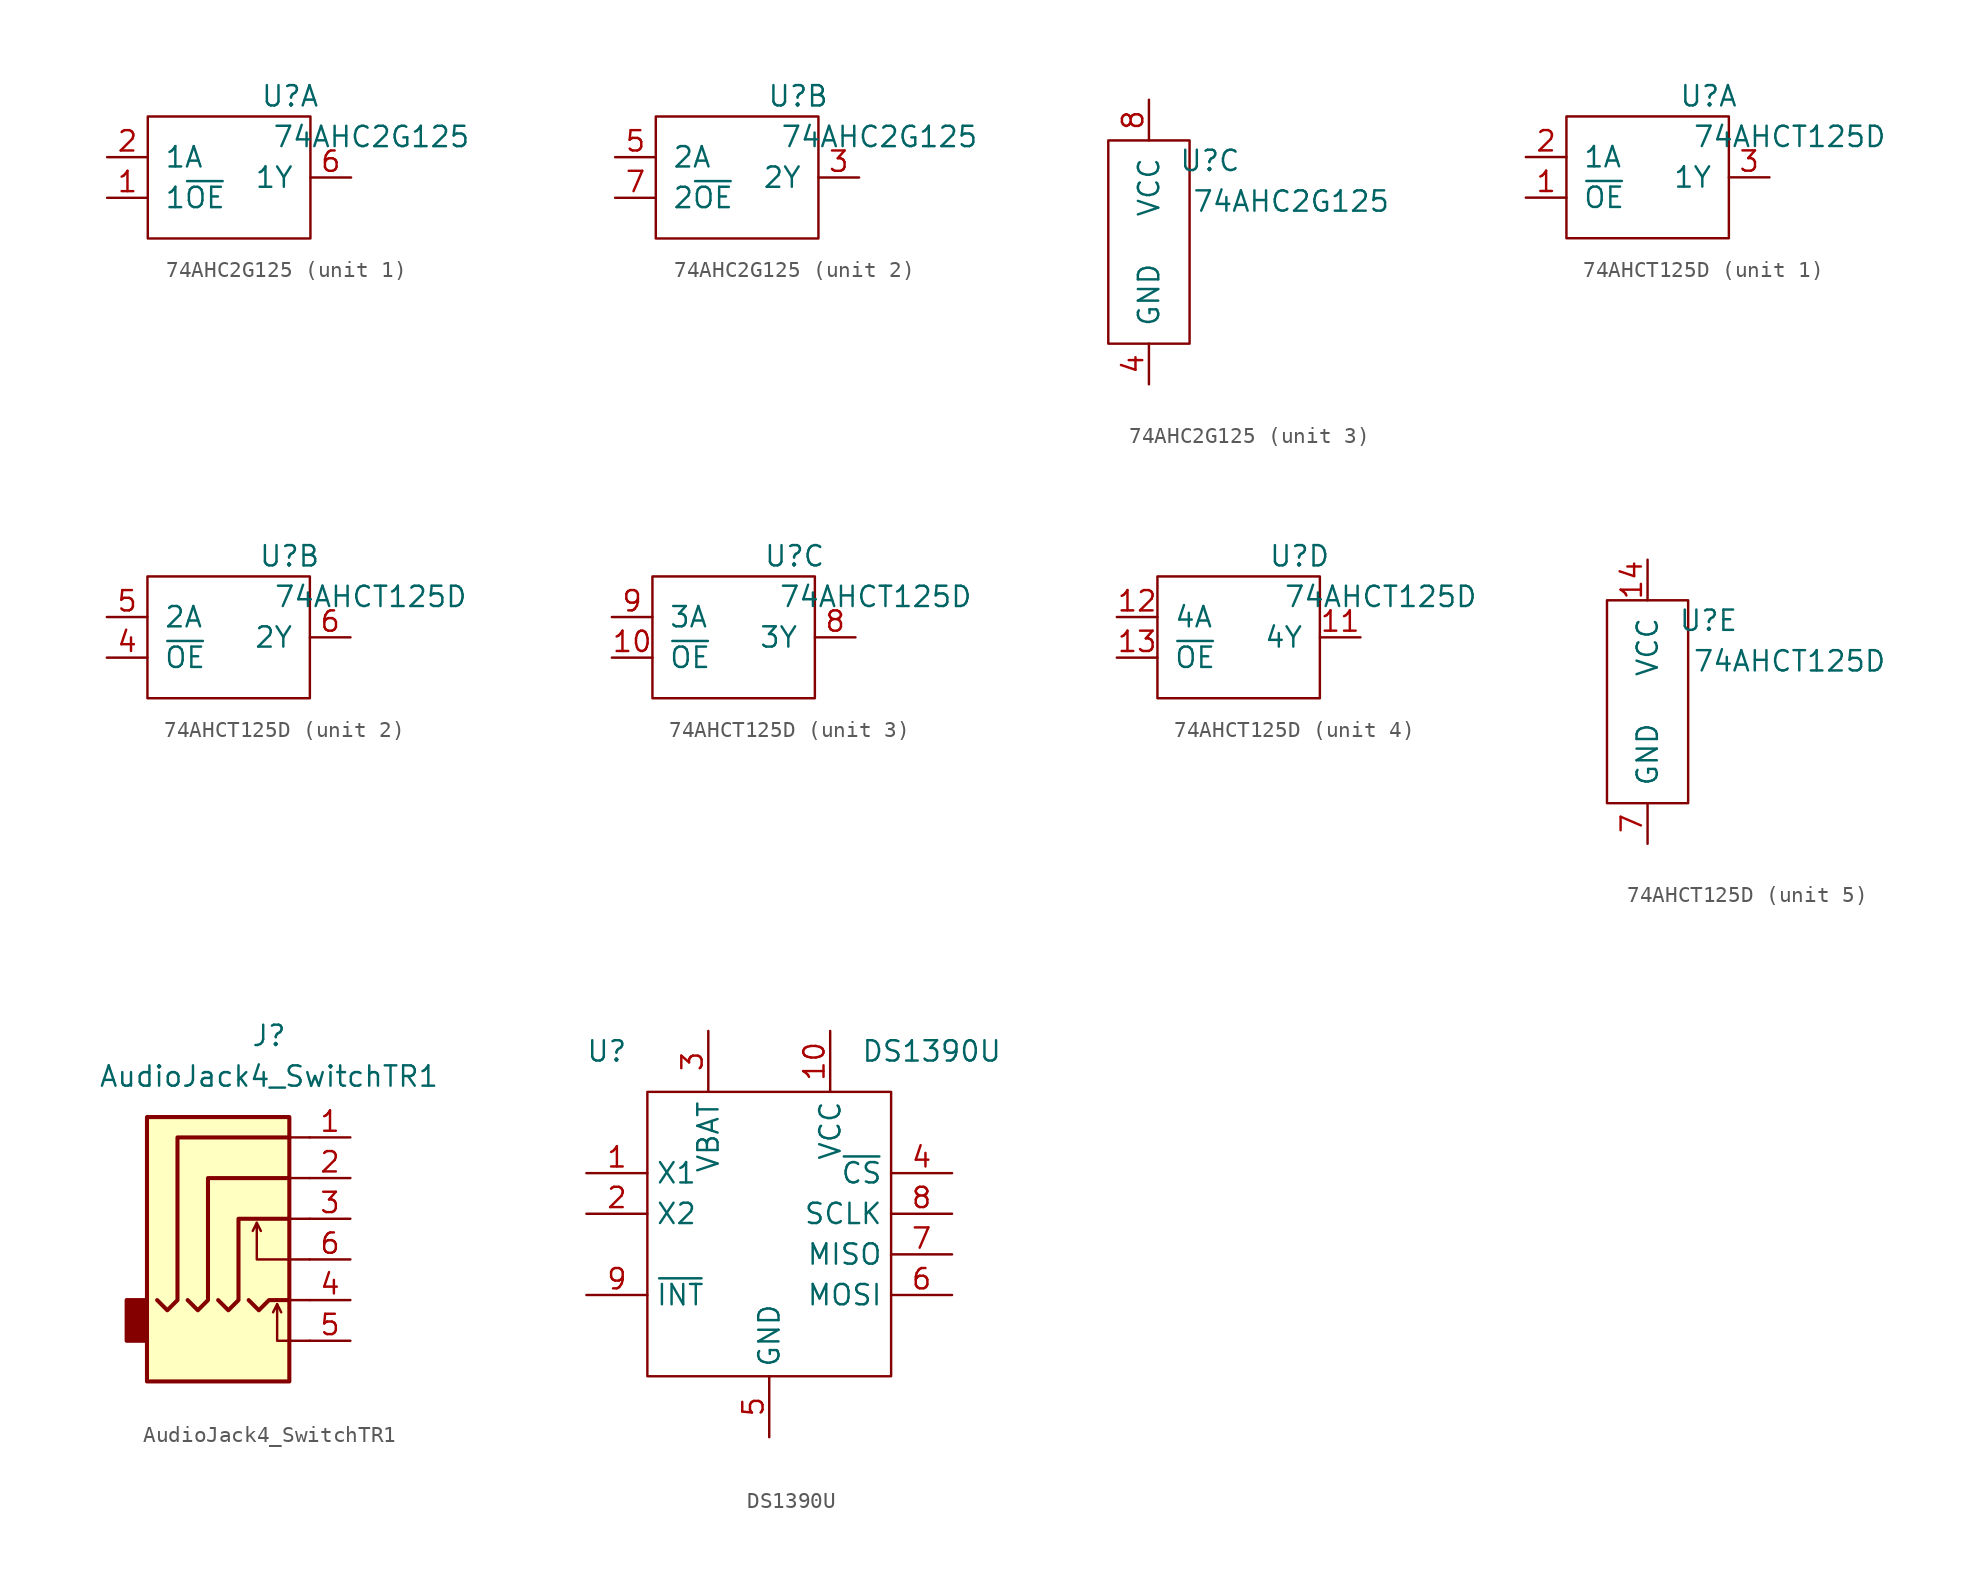
<source format=kicad_sym>
(kicad_symbol_lib
  (version 20220914)
  (generator kicad_symbol_editor)
  (symbol "74AHC2G125"
    (pin_names
      (offset 1.016))
    (property "Reference" "U"
      (at 3.81 5.08 0)
      (effects (font (size 1.27 1.27))))
    (property "Value" "74AHC2G125"
      (at 8.89 2.54 0)
      (effects (font (size 1.27 1.27))))
    (property "ki_locked" ""
      (at 0 0 0)
      (effects (font (size 1.27 1.27))))
    (symbol "74AHC2G125_1_1"
      (rectangle (start -5.08 3.81) (end 5.08 -3.81) (stroke (width 0) (type solid)) (fill (type none)))
      (pin input line (at -7.62 -1.27 0) (length 2.54) (name "1~{OE}" (effects (font (size 1.27 1.27)))) (number "1" (effects (font (size 1.27 1.27)))))
      (pin input line (at -7.62 1.27 0) (length 2.54) (name "1A" (effects (font (size 1.27 1.27)))) (number "2" (effects (font (size 1.27 1.27)))))
      (pin input line (at 7.62 0 180) (length 2.54) (name "1Y" (effects (font (size 1.27 1.27)))) (number "6" (effects (font (size 1.27 1.27))))))
    (symbol "74AHC2G125_2_1"
      (rectangle (start -5.08 3.81) (end 5.08 -3.81) (stroke (width 0) (type solid)) (fill (type none)))
      (pin input line (at 7.62 0 180) (length 2.54) (name "2Y" (effects (font (size 1.27 1.27)))) (number "3" (effects (font (size 1.27 1.27)))))
      (pin input line (at -7.62 1.27 0) (length 2.54) (name "2A" (effects (font (size 1.27 1.27)))) (number "5" (effects (font (size 1.27 1.27)))))
      (pin input line (at -7.62 -1.27 0) (length 2.54) (name "2~{OE}" (effects (font (size 1.27 1.27)))) (number "7" (effects (font (size 1.27 1.27))))))
    (symbol "74AHC2G125_3_1"
      (rectangle (start -2.54 6.35) (end 2.54 -6.35) (stroke (width 0) (type solid)) (fill (type none)))
      (pin input line (at 0 -8.89 90) (length 2.54) (name "GND" (effects (font (size 1.27 1.27)))) (number "4" (effects (font (size 1.27 1.27)))))
      (pin input line (at 0 8.89 270) (length 2.54) (name "VCC" (effects (font (size 1.27 1.27)))) (number "8" (effects (font (size 1.27 1.27)))))))
  (symbol "74AHCT125D"
    (pin_names
      (offset 1.016))
    (property "Reference" "U"
      (at 3.81 5.08 0)
      (effects (font (size 1.27 1.27))))
    (property "Value" "74AHCT125D"
      (at 8.89 2.54 0)
      (effects (font (size 1.27 1.27))))
    (property "ki_locked" ""
      (at 0 0 0)
      (effects (font (size 1.27 1.27))))
    (symbol "74AHCT125D_1_1"
      (rectangle (start -5.08 3.81) (end 5.08 -3.81) (stroke (width 0) (type solid)) (fill (type none)))
      (pin input line (at -7.62 -1.27 0) (length 2.54) (name "~{OE}" (effects (font (size 1.27 1.27)))) (number "1" (effects (font (size 1.27 1.27)))))
      (pin input line (at -7.62 1.27 0) (length 2.54) (name "1A" (effects (font (size 1.27 1.27)))) (number "2" (effects (font (size 1.27 1.27)))))
      (pin input line (at 7.62 0 180) (length 2.54) (name "1Y" (effects (font (size 1.27 1.27)))) (number "3" (effects (font (size 1.27 1.27))))))
    (symbol "74AHCT125D_2_1"
      (rectangle (start -5.08 3.81) (end 5.08 -3.81) (stroke (width 0) (type solid)) (fill (type none)))
      (pin input line (at -7.62 -1.27 0) (length 2.54) (name "~{OE}" (effects (font (size 1.27 1.27)))) (number "4" (effects (font (size 1.27 1.27)))))
      (pin input line (at -7.62 1.27 0) (length 2.54) (name "2A" (effects (font (size 1.27 1.27)))) (number "5" (effects (font (size 1.27 1.27)))))
      (pin input line (at 7.62 0 180) (length 2.54) (name "2Y" (effects (font (size 1.27 1.27)))) (number "6" (effects (font (size 1.27 1.27))))))
    (symbol "74AHCT125D_3_1"
      (rectangle (start -5.08 3.81) (end 5.08 -3.81) (stroke (width 0) (type solid)) (fill (type none)))
      (pin input line (at -7.62 -1.27 0) (length 2.54) (name "~{OE}" (effects (font (size 1.27 1.27)))) (number "10" (effects (font (size 1.27 1.27)))))
      (pin input line (at 7.62 0 180) (length 2.54) (name "3Y" (effects (font (size 1.27 1.27)))) (number "8" (effects (font (size 1.27 1.27)))))
      (pin input line (at -7.62 1.27 0) (length 2.54) (name "3A" (effects (font (size 1.27 1.27)))) (number "9" (effects (font (size 1.27 1.27))))))
    (symbol "74AHCT125D_4_1"
      (rectangle (start -5.08 3.81) (end 5.08 -3.81) (stroke (width 0) (type solid)) (fill (type none)))
      (pin input line (at 7.62 0 180) (length 2.54) (name "4Y" (effects (font (size 1.27 1.27)))) (number "11" (effects (font (size 1.27 1.27)))))
      (pin input line (at -7.62 1.27 0) (length 2.54) (name "4A" (effects (font (size 1.27 1.27)))) (number "12" (effects (font (size 1.27 1.27)))))
      (pin input line (at -7.62 -1.27 0) (length 2.54) (name "~{OE}" (effects (font (size 1.27 1.27)))) (number "13" (effects (font (size 1.27 1.27))))))
    (symbol "74AHCT125D_5_1"
      (rectangle (start -2.54 6.35) (end 2.54 -6.35) (stroke (width 0) (type solid)) (fill (type none)))
      (pin input line (at 0 8.89 270) (length 2.54) (name "VCC" (effects (font (size 1.27 1.27)))) (number "14" (effects (font (size 1.27 1.27)))))
      (pin input line (at 0 -8.89 90) (length 2.54) (name "GND" (effects (font (size 1.27 1.27)))) (number "7" (effects (font (size 1.27 1.27)))))))
  (symbol "AudioJack4_SwitchTR1"
    (property "Reference" "J"
      (at 0 11.43 0)
      (effects (font (size 1.27 1.27))))
    (property "Value" "AudioJack4_SwitchTR1"
      (at 0 8.89 0)
      (effects (font (size 1.27 1.27))))
    (symbol "AudioJack4_SwitchTR1_0_1"
      (rectangle (start -7.62 -5.08) (end -8.89 -7.62) (stroke (width 0.254) (type default)) (fill (type outline)))
      (polyline (pts (xy 1.27 -5.08) (xy 2.54 -5.08)) (stroke (width 0) (type default)) (fill (type none)))
      (polyline (pts (xy 1.27 2.54) (xy 2.54 2.54)) (stroke (width 0) (type default)) (fill (type none)))
      (polyline (pts (xy 2.54 0) (xy 1.27 0)) (stroke (width 0) (type default)) (fill (type none)))
      (polyline (pts (xy 2.54 5.08) (xy 1.27 5.08)) (stroke (width 0) (type default)) (fill (type none)))
      (rectangle (start 1.27 6.35) (end -7.62 -10.16) (stroke (width 0.254) (type default)) (fill (type background))))
    (symbol "AudioJack4_SwitchTR1_1_1"
      (polyline (pts (xy -0.762 -0.254) (xy -0.508 -0.762)) (stroke (width 0) (type default)) (fill (type none)))
      (polyline (pts (xy 0.508 -5.334) (xy 0.762 -5.842)) (stroke (width 0) (type default)) (fill (type none)))
      (polyline (pts (xy -1.27 -5.08) (xy -0.635 -5.715) (xy 0 -5.08) (xy 1.27 -5.08)) (stroke (width 0.254) (type default)) (fill (type none)))
      (polyline (pts (xy 2.54 -7.62) (xy 0.508 -7.62) (xy 0.508 -5.334) (xy 0.254 -5.842)) (stroke (width 0) (type default)) (fill (type none)))
      (polyline (pts (xy 2.54 -2.54) (xy -0.762 -2.54) (xy -0.762 -0.254) (xy -1.016 -0.762)) (stroke (width 0) (type default)) (fill (type none)))
      (polyline (pts (xy -3.175 -5.08) (xy -2.54 -5.715) (xy -1.905 -5.08) (xy -1.905 0) (xy 1.27 0)) (stroke (width 0.254) (type default)) (fill (type none)))
      (polyline (pts (xy 1.27 2.54) (xy -3.81 2.54) (xy -3.81 -5.08) (xy -4.445 -5.715) (xy -5.08 -5.08)) (stroke (width 0.254) (type default)) (fill (type none)))
      (polyline (pts (xy 1.27 5.08) (xy -5.715 5.08) (xy -5.715 -5.08) (xy -6.35 -5.715) (xy -6.985 -5.08)) (stroke (width 0.254) (type default)) (fill (type none)))
      (pin passive line (at 5.08 5.08 180) (length 2.54) (name "~" (effects (font (size 1.27 1.27)))) (number "1" (effects (font (size 1.27 1.27)))))
      (pin passive line (at 5.08 2.54 180) (length 2.54) (name "~" (effects (font (size 1.27 1.27)))) (number "2" (effects (font (size 1.27 1.27)))))
      (pin passive line (at 5.08 0 180) (length 2.54) (name "~" (effects (font (size 1.27 1.27)))) (number "3" (effects (font (size 1.27 1.27)))))
      (pin passive line (at 5.08 -5.08 180) (length 2.54) (name "~" (effects (font (size 1.27 1.27)))) (number "4" (effects (font (size 1.27 1.27)))))
      (pin passive line (at 5.08 -7.62 180) (length 2.54) (name "~" (effects (font (size 1.27 1.27)))) (number "5" (effects (font (size 1.27 1.27)))))
      (pin passive line (at 5.08 -2.54 180) (length 2.54) (name "~" (effects (font (size 1.27 1.27)))) (number "6" (effects (font (size 1.27 1.27)))))))
  (symbol "DS1390U"
    (property "Reference" "U"
      (at -10.16 11.43 0)
      (effects (font (size 1.27 1.27))))
    (property "Value" "DS1390U"
      (at 10.16 11.43 0)
      (effects (font (size 1.27 1.27))))
    (symbol "DS1390U_0_1"
      (rectangle (start -7.62 8.89) (end 7.62 -8.89) (stroke (width 0.152) (type default)) (fill (type none))))
    (symbol "DS1390U_1_1"
      (pin passive line (at -11.43 3.81 0) (length 3.81) (name "X1" (effects (font (size 1.27 1.27)))) (number "1" (effects (font (size 1.27 1.27)))))
      (pin power_in line (at 3.81 12.7 270) (length 3.81) (name "VCC" (effects (font (size 1.27 1.27)))) (number "10" (effects (font (size 1.27 1.27)))))
      (pin passive line (at -11.43 1.27 0) (length 3.81) (name "X2" (effects (font (size 1.27 1.27)))) (number "2" (effects (font (size 1.27 1.27)))))
      (pin power_in line (at -3.81 12.7 270) (length 3.81) (name "VBAT" (effects (font (size 1.27 1.27)))) (number "3" (effects (font (size 1.27 1.27)))))
      (pin passive line (at 11.43 3.81 180) (length 3.81) (name "~{CS}" (effects (font (size 1.27 1.27)))) (number "4" (effects (font (size 1.27 1.27)))))
      (pin passive line (at 0 -12.7 90) (length 3.81) (name "GND" (effects (font (size 1.27 1.27)))) (number "5" (effects (font (size 1.27 1.27)))))
      (pin passive line (at 11.43 -3.81 180) (length 3.81) (name "MOSI" (effects (font (size 1.27 1.27)))) (number "6" (effects (font (size 1.27 1.27)))))
      (pin passive line (at 11.43 -1.27 180) (length 3.81) (name "MISO" (effects (font (size 1.27 1.27)))) (number "7" (effects (font (size 1.27 1.27)))))
      (pin passive line (at 11.43 1.27 180) (length 3.81) (name "SCLK" (effects (font (size 1.27 1.27)))) (number "8" (effects (font (size 1.27 1.27)))))
      (pin passive line (at -11.43 -3.81 0) (length 3.81) (name "~{INT}" (effects (font (size 1.27 1.27)))) (number "9" (effects (font (size 1.27 1.27))))))))
</source>
